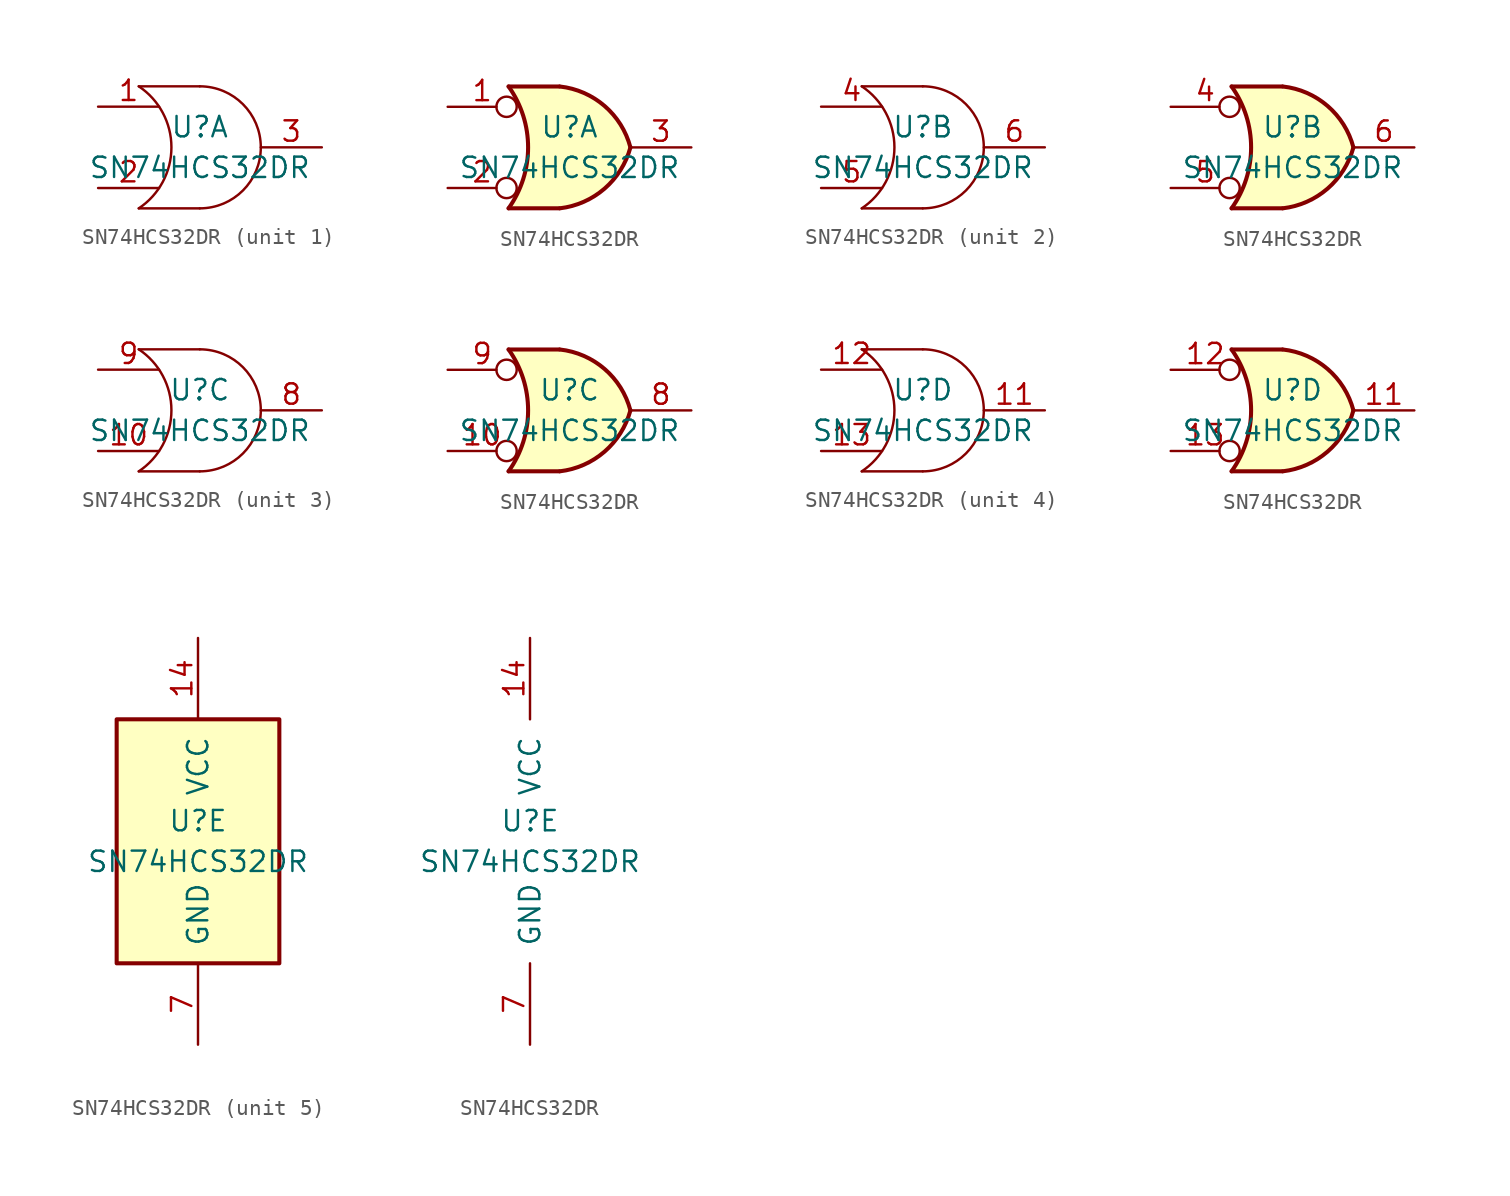
<source format=kicad_sym>
(kicad_symbol_lib
  (version 20241209)
  (generator "kicad_symbol_editor")
  (generator_version "9.0")
  (symbol "SN74HCS32DR"
    (pin_names
      (offset 1.016))
    (property "Reference" "U"
      (at 0 1.27 0)
      (effects (font (size 1.27 1.27))))
    (property "Value" "SN74HCS32DR"
      (at 0 -1.27 0)
      (effects (font (size 1.27 1.27))))
    (property "ki_locked" ""
      (at 0 0 0)
      (effects (font (size 1.27 1.27))))
    (symbol "SN74HCS32DR_1_1"
      (arc (start -3.81 3.81) (mid -1.7709 0) (end -3.81 -3.81) (stroke (width 0) (type default)) (fill (type none)))
      (polyline (pts (xy 0 3.81) (xy -3.81 3.81)) (stroke (width 0) (type default)) (fill (type none)))
      (arc (start 0 3.81) (mid 3.81 0) (end 0 -3.81) (stroke (width 0) (type default)) (fill (type none)))
      (polyline (pts (xy 0 -3.81) (xy -3.81 -3.81)) (stroke (width 0) (type default)) (fill (type none)))
      (pin input line (at -6.35 2.54 0) (length 3.81) (name "~" (effects (font (size 1.27 1.27)))) (number "1" (effects (font (size 1.27 1.27)))))
      (pin input line (at -6.35 -2.54 0) (length 3.81) (name "~" (effects (font (size 1.27 1.27)))) (number "2" (effects (font (size 1.27 1.27)))))
      (pin output line (at 7.62 0 180) (length 3.81) (name "~" (effects (font (size 1.27 1.27)))) (number "3" (effects (font (size 1.27 1.27))))))
    (symbol "SN74HCS32DR_1_2"
      (arc (start -3.81 3.81) (mid -2.589 0) (end -3.81 -3.81) (stroke (width 0.254) (type default)) (fill (type none)))
      (polyline (pts (xy -3.81 3.81) (xy -0.635 3.81)) (stroke (width 0.254) (type default)) (fill (type background)))
      (polyline (pts (xy -3.81 -3.81) (xy -0.635 -3.81)) (stroke (width 0.254) (type default)) (fill (type background)))
      (arc (start 3.81 0) (mid 2.1855 -2.584) (end -0.6096 -3.81) (stroke (width 0.254) (type default)) (fill (type background)))
      (arc (start -0.6096 3.81) (mid 2.1928 2.5924) (end 3.81 0) (stroke (width 0.254) (type default)) (fill (type background)))
      (polyline (pts (xy -0.635 3.81) (xy -3.81 3.81) (xy -3.81 3.81) (xy -3.556 3.404) (xy -3.023 2.261) (xy -2.692 1.041) (xy -2.616 -0.254) (xy -2.769 -1.499) (xy -3.175 -2.718) (xy -3.81 -3.81) (xy -3.81 -3.81) (xy -0.635 -3.81)) (stroke (width -25.4) (type default)) (fill (type background)))
      (pin input inverted (at -7.62 2.54 0) (length 4.318) (name "~" (effects (font (size 1.27 1.27)))) (number "1" (effects (font (size 1.27 1.27)))))
      (pin input inverted (at -7.62 -2.54 0) (length 4.318) (name "~" (effects (font (size 1.27 1.27)))) (number "2" (effects (font (size 1.27 1.27)))))
      (pin output line (at 7.62 0 180) (length 3.81) (name "~" (effects (font (size 1.27 1.27)))) (number "3" (effects (font (size 1.27 1.27))))))
    (symbol "SN74HCS32DR_2_1"
      (arc (start -3.81 3.81) (mid -1.7709 0) (end -3.81 -3.81) (stroke (width 0) (type default)) (fill (type none)))
      (polyline (pts (xy -3.81 3.81) (xy 0 3.81)) (stroke (width 0) (type default)) (fill (type none)))
      (polyline (pts (xy -3.81 -3.81) (xy 0 -3.81)) (stroke (width 0) (type default)) (fill (type none)))
      (arc (start 0 3.81) (mid 3.81 0) (end 0 -3.81) (stroke (width 0) (type default)) (fill (type none)))
      (pin input line (at -6.35 2.54 0) (length 3.81) (name "~" (effects (font (size 1.27 1.27)))) (number "4" (effects (font (size 1.27 1.27)))))
      (pin input line (at -6.35 -2.54 0) (length 3.81) (name "~" (effects (font (size 1.27 1.27)))) (number "5" (effects (font (size 1.27 1.27)))))
      (pin output line (at 7.62 0 180) (length 3.81) (name "~" (effects (font (size 1.27 1.27)))) (number "6" (effects (font (size 1.27 1.27))))))
    (symbol "SN74HCS32DR_2_2"
      (arc (start -3.81 3.81) (mid -2.589 0) (end -3.81 -3.81) (stroke (width 0.254) (type default)) (fill (type none)))
      (polyline (pts (xy -3.81 3.81) (xy -0.635 3.81)) (stroke (width 0.254) (type default)) (fill (type background)))
      (polyline (pts (xy -3.81 -3.81) (xy -0.635 -3.81)) (stroke (width 0.254) (type default)) (fill (type background)))
      (arc (start 3.81 0) (mid 2.1855 -2.584) (end -0.6096 -3.81) (stroke (width 0.254) (type default)) (fill (type background)))
      (arc (start -0.6096 3.81) (mid 2.1928 2.5924) (end 3.81 0) (stroke (width 0.254) (type default)) (fill (type background)))
      (polyline (pts (xy -0.635 3.81) (xy -3.81 3.81) (xy -3.81 3.81) (xy -3.556 3.404) (xy -3.023 2.261) (xy -2.692 1.041) (xy -2.616 -0.254) (xy -2.769 -1.499) (xy -3.175 -2.718) (xy -3.81 -3.81) (xy -3.81 -3.81) (xy -0.635 -3.81)) (stroke (width -25.4) (type default)) (fill (type background)))
      (pin input inverted (at -7.62 2.54 0) (length 4.318) (name "~" (effects (font (size 1.27 1.27)))) (number "4" (effects (font (size 1.27 1.27)))))
      (pin input inverted (at -7.62 -2.54 0) (length 4.318) (name "~" (effects (font (size 1.27 1.27)))) (number "5" (effects (font (size 1.27 1.27)))))
      (pin output line (at 7.62 0 180) (length 3.81) (name "~" (effects (font (size 1.27 1.27)))) (number "6" (effects (font (size 1.27 1.27))))))
    (symbol "SN74HCS32DR_3_1"
      (arc (start -3.8101 3.81) (mid -1.771 0) (end -3.8101 -3.81) (stroke (width 0) (type default)) (fill (type none)))
      (polyline (pts (xy -3.81 3.81) (xy -0.0001 3.81)) (stroke (width 0) (type default)) (fill (type none)))
      (polyline (pts (xy -3.81 -3.81) (xy -0.0001 -3.81)) (stroke (width 0) (type default)) (fill (type none)))
      (arc (start -0.0001 3.81) (mid 3.8099 0) (end -0.0001 -3.81) (stroke (width 0) (type default)) (fill (type none)))
      (pin input line (at -6.35 2.54 0) (length 3.81) (name "~" (effects (font (size 1.27 1.27)))) (number "9" (effects (font (size 1.27 1.27)))))
      (pin input line (at -6.35 -2.54 0) (length 3.81) (name "~" (effects (font (size 1.27 1.27)))) (number "10" (effects (font (size 1.27 1.27)))))
      (pin output line (at 7.62 0 180) (length 3.81) (name "~" (effects (font (size 1.27 1.27)))) (number "8" (effects (font (size 1.27 1.27))))))
    (symbol "SN74HCS32DR_3_2"
      (arc (start -3.81 3.81) (mid -2.589 0) (end -3.81 -3.81) (stroke (width 0.254) (type default)) (fill (type none)))
      (polyline (pts (xy -3.81 3.81) (xy -0.635 3.81)) (stroke (width 0.254) (type default)) (fill (type background)))
      (polyline (pts (xy -3.81 -3.81) (xy -0.635 -3.81)) (stroke (width 0.254) (type default)) (fill (type background)))
      (arc (start 3.81 0) (mid 2.1855 -2.584) (end -0.6096 -3.81) (stroke (width 0.254) (type default)) (fill (type background)))
      (arc (start -0.6096 3.81) (mid 2.1928 2.5924) (end 3.81 0) (stroke (width 0.254) (type default)) (fill (type background)))
      (polyline (pts (xy -0.635 3.81) (xy -3.81 3.81) (xy -3.81 3.81) (xy -3.556 3.404) (xy -3.023 2.261) (xy -2.692 1.041) (xy -2.616 -0.254) (xy -2.769 -1.499) (xy -3.175 -2.718) (xy -3.81 -3.81) (xy -3.81 -3.81) (xy -0.635 -3.81)) (stroke (width -25.4) (type default)) (fill (type background)))
      (pin input inverted (at -7.62 2.54 0) (length 4.318) (name "~" (effects (font (size 1.27 1.27)))) (number "9" (effects (font (size 1.27 1.27)))))
      (pin input inverted (at -7.62 -2.54 0) (length 4.318) (name "~" (effects (font (size 1.27 1.27)))) (number "10" (effects (font (size 1.27 1.27)))))
      (pin output line (at 7.62 0 180) (length 3.81) (name "~" (effects (font (size 1.27 1.27)))) (number "8" (effects (font (size 1.27 1.27))))))
    (symbol "SN74HCS32DR_4_1"
      (arc (start -3.8101 3.81) (mid -1.771 0) (end -3.8101 -3.81) (stroke (width 0) (type default)) (fill (type none)))
      (polyline (pts (xy -3.81 3.81) (xy -0.0001 3.81)) (stroke (width 0) (type default)) (fill (type none)))
      (polyline (pts (xy -3.81 -3.81) (xy -0.0001 -3.81)) (stroke (width 0) (type default)) (fill (type none)))
      (arc (start -0.0001 3.81) (mid 3.8099 0) (end -0.0001 -3.81) (stroke (width 0) (type default)) (fill (type none)))
      (pin input line (at -6.35 2.54 0) (length 3.81) (name "~" (effects (font (size 1.27 1.27)))) (number "12" (effects (font (size 1.27 1.27)))))
      (pin input line (at -6.35 -2.54 0) (length 3.81) (name "~" (effects (font (size 1.27 1.27)))) (number "13" (effects (font (size 1.27 1.27)))))
      (pin output line (at 7.62 0 180) (length 3.81) (name "~" (effects (font (size 1.27 1.27)))) (number "11" (effects (font (size 1.27 1.27))))))
    (symbol "SN74HCS32DR_4_2"
      (arc (start -3.81 3.81) (mid -2.589 0) (end -3.81 -3.81) (stroke (width 0.254) (type default)) (fill (type none)))
      (polyline (pts (xy -3.81 3.81) (xy -0.635 3.81)) (stroke (width 0.254) (type default)) (fill (type background)))
      (polyline (pts (xy -3.81 -3.81) (xy -0.635 -3.81)) (stroke (width 0.254) (type default)) (fill (type background)))
      (arc (start 3.81 0) (mid 2.1855 -2.584) (end -0.6096 -3.81) (stroke (width 0.254) (type default)) (fill (type background)))
      (arc (start -0.6096 3.81) (mid 2.1928 2.5924) (end 3.81 0) (stroke (width 0.254) (type default)) (fill (type background)))
      (polyline (pts (xy -0.635 3.81) (xy -3.81 3.81) (xy -3.81 3.81) (xy -3.556 3.404) (xy -3.023 2.261) (xy -2.692 1.041) (xy -2.616 -0.254) (xy -2.769 -1.499) (xy -3.175 -2.718) (xy -3.81 -3.81) (xy -3.81 -3.81) (xy -0.635 -3.81)) (stroke (width -25.4) (type default)) (fill (type background)))
      (pin input inverted (at -7.62 2.54 0) (length 4.318) (name "~" (effects (font (size 1.27 1.27)))) (number "12" (effects (font (size 1.27 1.27)))))
      (pin input inverted (at -7.62 -2.54 0) (length 4.318) (name "~" (effects (font (size 1.27 1.27)))) (number "13" (effects (font (size 1.27 1.27)))))
      (pin output line (at 7.62 0 180) (length 3.81) (name "~" (effects (font (size 1.27 1.27)))) (number "11" (effects (font (size 1.27 1.27))))))
    (symbol "SN74HCS32DR_5_0"
      (pin power_in line (at 0 12.7 270) (length 5.08) (name "VCC" (effects (font (size 1.27 1.27)))) (number "14" (effects (font (size 1.27 1.27)))))
      (pin power_in line (at 0 -12.7 90) (length 5.08) (name "GND" (effects (font (size 1.27 1.27)))) (number "7" (effects (font (size 1.27 1.27))))))
    (symbol "SN74HCS32DR_5_1"
      (rectangle (start -5.08 7.62) (end 5.08 -7.62) (stroke (width 0.254) (type default)) (fill (type background))))))
</source>
